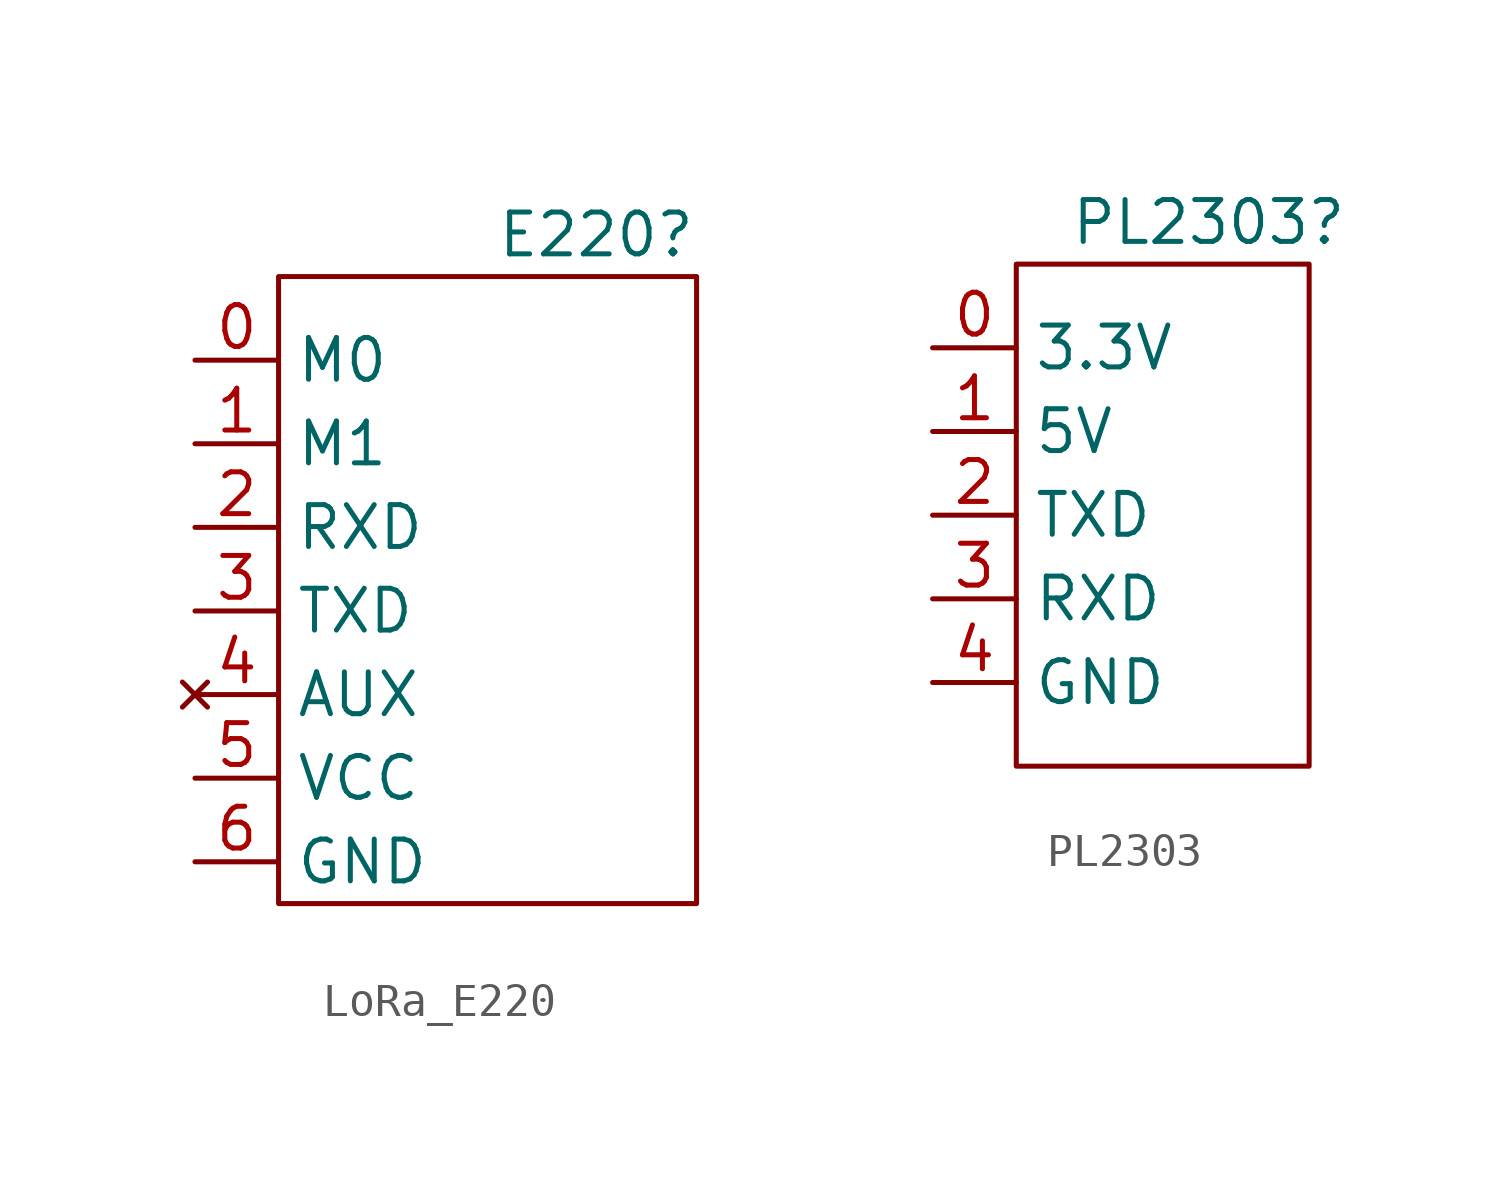
<source format=kicad_sym>
(kicad_symbol_lib
  (version 20241209)
  (generator "kicad_symbol_editor")
  (generator_version "9.0")
  (symbol "LoRa_E220"
    (property "Reference" "E220"
      (at 4.572 11.43 0)
      (effects (font (size 1.27 1.27))))
    (property "Value" ""
      (at 0 0 0)
      (effects (font (size 1.27 1.27))))
    (symbol "LoRa_E220_0_1"
      (rectangle (start -5.08 10.16) (end 7.62 -8.89) (stroke (width 0) (type default)) (fill (type none))))
    (symbol "LoRa_E220_1_1"
      (pin input line (at -7.62 7.62 0) (length 2.54) (name "M0" (effects (font (size 1.27 1.27)))) (number "0" (effects (font (size 1.27 1.27)))))
      (pin input line (at -7.62 5.08 0) (length 2.54) (name "M1" (effects (font (size 1.27 1.27)))) (number "1" (effects (font (size 1.27 1.27)))))
      (pin input line (at -7.62 2.54 0) (length 2.54) (name "RXD" (effects (font (size 1.27 1.27)))) (number "2" (effects (font (size 1.27 1.27)))))
      (pin output line (at -7.62 0 0) (length 2.54) (name "TXD" (effects (font (size 1.27 1.27)))) (number "3" (effects (font (size 1.27 1.27)))))
      (pin no_connect line (at -7.62 -2.54 0) (length 2.54) (name "AUX" (effects (font (size 1.27 1.27)))) (number "4" (effects (font (size 1.27 1.27)))))
      (pin power_in line (at -7.62 -5.08 0) (length 2.54) (name "VCC" (effects (font (size 1.27 1.27)))) (number "5" (effects (font (size 1.27 1.27)))))
      (pin power_out line (at -7.62 -7.62 0) (length 2.54) (name "GND" (effects (font (size 1.27 1.27)))) (number "6" (effects (font (size 1.27 1.27)))))))
  (symbol "PL2303"
    (property "Reference" "PL2303"
      (at -0.508 8.89 0)
      (effects (font (size 1.27 1.27))))
    (property "Value" ""
      (at 0 0 0)
      (effects (font (size 1.27 1.27))))
    (symbol "PL2303_0_1"
      (rectangle (start -6.35 7.62) (end 2.54 -7.62) (stroke (width 0) (type default)) (fill (type none))))
    (symbol "PL2303_1_1"
      (pin power_in line (at -8.89 5.08 0) (length 2.54) (name "3.3V" (effects (font (size 1.27 1.27)))) (number "0" (effects (font (size 1.27 1.27)))))
      (pin power_in line (at -8.89 2.54 0) (length 2.54) (name "5V" (effects (font (size 1.27 1.27)))) (number "1" (effects (font (size 1.27 1.27)))))
      (pin output line (at -8.89 0 0) (length 2.54) (name "TXD" (effects (font (size 1.27 1.27)))) (number "2" (effects (font (size 1.27 1.27)))))
      (pin input line (at -8.89 -2.54 0) (length 2.54) (name "RXD" (effects (font (size 1.27 1.27)))) (number "3" (effects (font (size 1.27 1.27)))))
      (pin power_out line (at -8.89 -5.08 0) (length 2.54) (name "GND" (effects (font (size 1.27 1.27)))) (number "4" (effects (font (size 1.27 1.27))))))))
</source>
